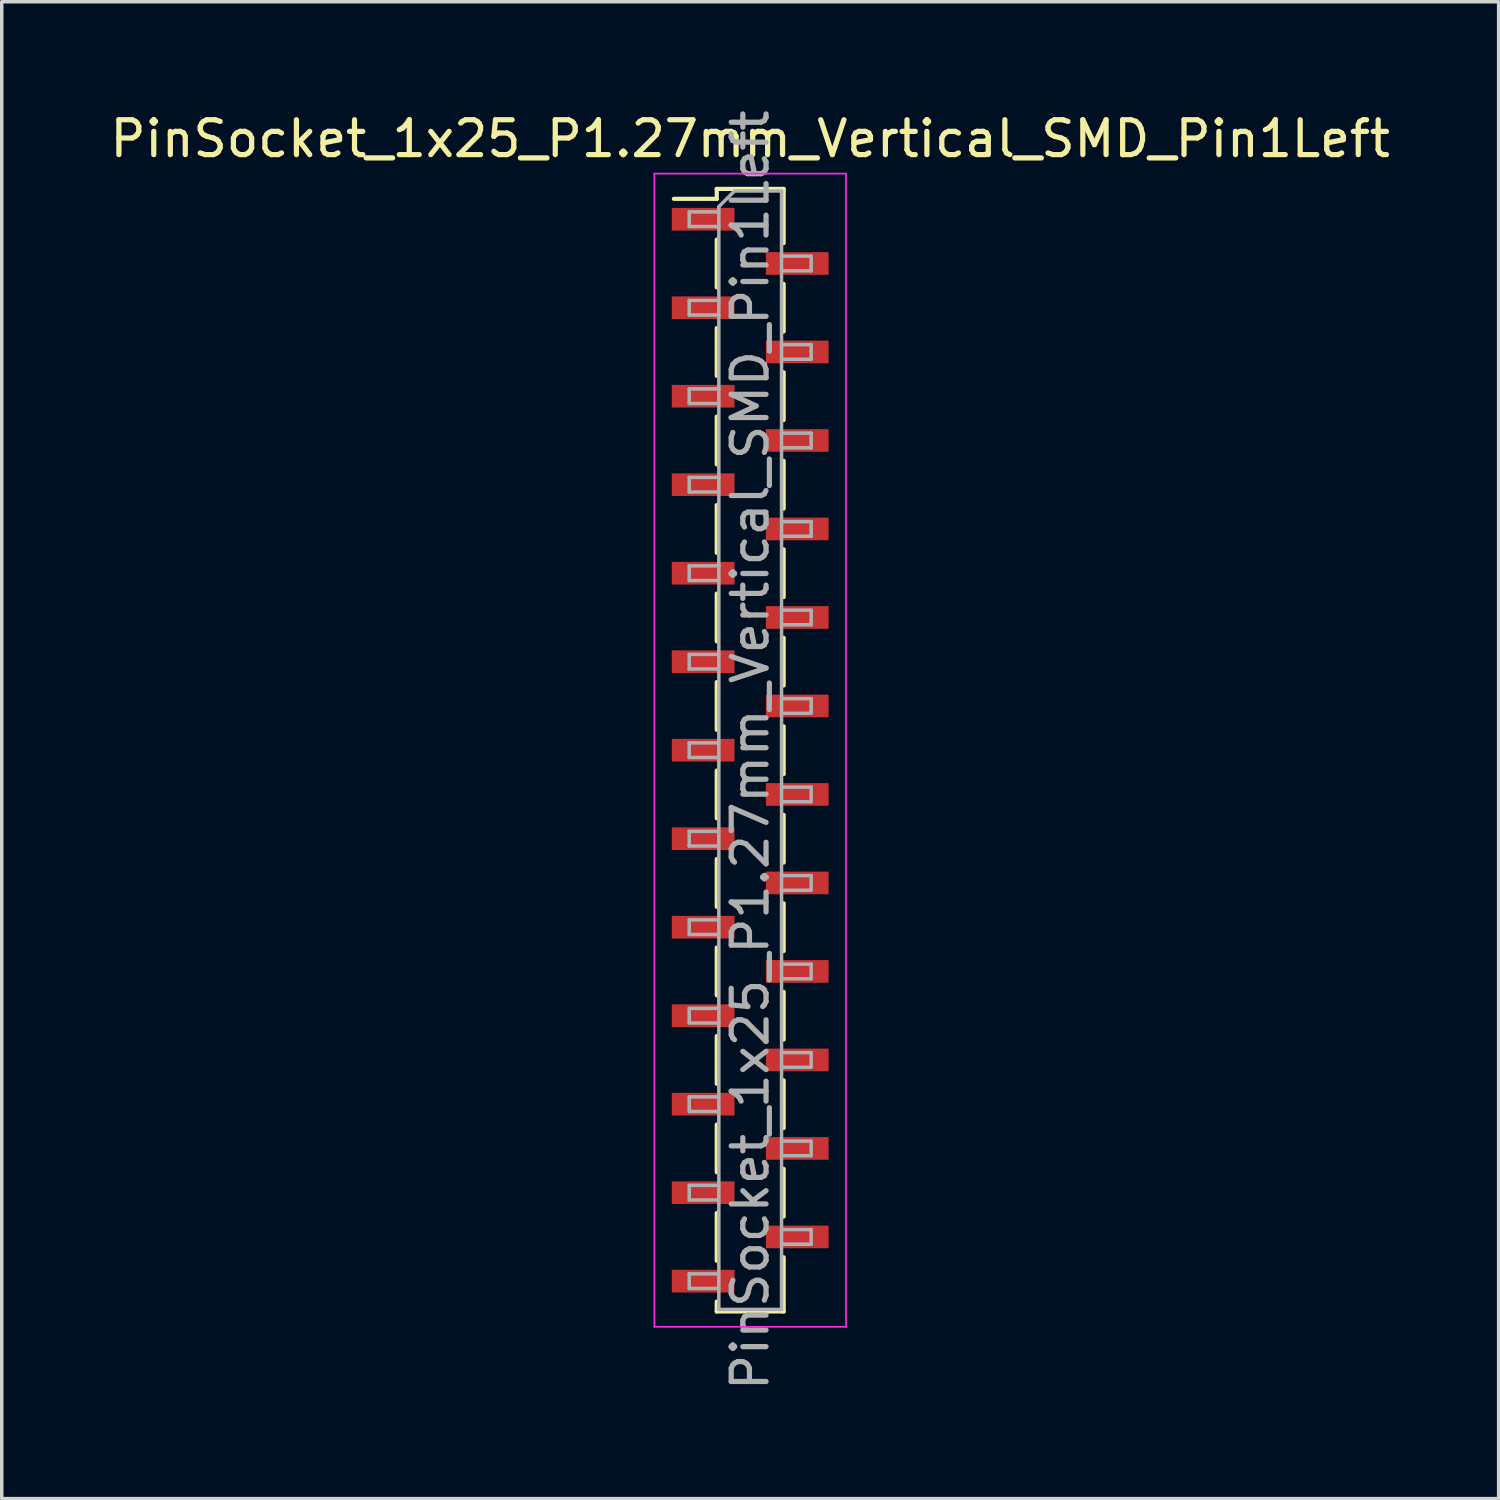
<source format=kicad_pcb>
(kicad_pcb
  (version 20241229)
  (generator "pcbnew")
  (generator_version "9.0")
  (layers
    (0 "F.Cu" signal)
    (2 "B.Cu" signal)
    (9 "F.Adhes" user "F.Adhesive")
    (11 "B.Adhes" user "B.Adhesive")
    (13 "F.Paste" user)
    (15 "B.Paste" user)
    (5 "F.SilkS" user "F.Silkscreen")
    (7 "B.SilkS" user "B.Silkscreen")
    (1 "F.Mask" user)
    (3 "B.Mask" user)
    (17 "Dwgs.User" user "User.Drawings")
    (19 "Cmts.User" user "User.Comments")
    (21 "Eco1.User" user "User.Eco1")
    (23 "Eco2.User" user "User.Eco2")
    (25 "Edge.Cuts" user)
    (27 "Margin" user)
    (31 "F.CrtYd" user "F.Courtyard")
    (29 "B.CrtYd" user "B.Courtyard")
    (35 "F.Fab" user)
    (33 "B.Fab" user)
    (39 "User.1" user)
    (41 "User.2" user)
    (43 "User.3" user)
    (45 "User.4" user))
  (footprint "PinSocket_1x25_P1.27mm_Vertical_SMD_Pin1Left"
    (layer "F.Cu")
    (at 18.482 18.482)
    (property "Reference" "PinSocket_1x25_P1.27mm_Vertical_SMD_Pin1Left" (at 0 -17.55 0) (layer "F.SilkS") (effects (font (size 1 1) (thickness 0.15))))
    (attr smd)
    (fp_line (start -2.19 -15.825) (end -0.96 -15.825) (stroke (width 0.12) (type solid)) (layer "F.SilkS"))
    (fp_line (start -0.96 -16.11) (end -0.96 -15.825) (stroke (width 0.12) (type solid)) (layer "F.SilkS"))
    (fp_line (start -0.96 -16.11) (end 0.96 -16.11) (stroke (width 0.12) (type solid)) (layer "F.SilkS"))
    (fp_line (start -0.96 -14.655) (end -0.96 -13.285) (stroke (width 0.12) (type solid)) (layer "F.SilkS"))
    (fp_line (start -0.96 -12.115) (end -0.96 -10.745) (stroke (width 0.12) (type solid)) (layer "F.SilkS"))
    (fp_line (start -0.96 -9.575) (end -0.96 -8.205) (stroke (width 0.12) (type solid)) (layer "F.SilkS"))
    (fp_line (start -0.96 -7.035) (end -0.96 -5.665) (stroke (width 0.12) (type solid)) (layer "F.SilkS"))
    (fp_line (start -0.96 -4.495) (end -0.96 -3.125) (stroke (width 0.12) (type solid)) (layer "F.SilkS"))
    (fp_line (start -0.96 -1.955) (end -0.96 -0.585) (stroke (width 0.12) (type solid)) (layer "F.SilkS"))
    (fp_line (start -0.96 0.585) (end -0.96 1.955) (stroke (width 0.12) (type solid)) (layer "F.SilkS"))
    (fp_line (start -0.96 3.125) (end -0.96 4.495) (stroke (width 0.12) (type solid)) (layer "F.SilkS"))
    (fp_line (start -0.96 5.665) (end -0.96 7.035) (stroke (width 0.12) (type solid)) (layer "F.SilkS"))
    (fp_line (start -0.96 8.205) (end -0.96 9.575) (stroke (width 0.12) (type solid)) (layer "F.SilkS"))
    (fp_line (start -0.96 10.745) (end -0.96 12.115) (stroke (width 0.12) (type solid)) (layer "F.SilkS"))
    (fp_line (start -0.96 13.285) (end -0.96 14.655) (stroke (width 0.12) (type solid)) (layer "F.SilkS"))
    (fp_line (start -0.96 15.825) (end -0.96 16.11) (stroke (width 0.12) (type solid)) (layer "F.SilkS"))
    (fp_line (start -0.96 16.11) (end 0.96 16.11) (stroke (width 0.12) (type solid)) (layer "F.SilkS"))
    (fp_line (start 0.96 -16.11) (end 0.96 -14.555) (stroke (width 0.12) (type solid)) (layer "F.SilkS"))
    (fp_line (start 0.96 -13.385) (end 0.96 -12.015) (stroke (width 0.12) (type solid)) (layer "F.SilkS"))
    (fp_line (start 0.96 -10.845) (end 0.96 -9.475) (stroke (width 0.12) (type solid)) (layer "F.SilkS"))
    (fp_line (start 0.96 -8.305) (end 0.96 -6.935) (stroke (width 0.12) (type solid)) (layer "F.SilkS"))
    (fp_line (start 0.96 -5.765) (end 0.96 -4.395) (stroke (width 0.12) (type solid)) (layer "F.SilkS"))
    (fp_line (start 0.96 -3.225) (end 0.96 -1.855) (stroke (width 0.12) (type solid)) (layer "F.SilkS"))
    (fp_line (start 0.96 -0.685) (end 0.96 0.685) (stroke (width 0.12) (type solid)) (layer "F.SilkS"))
    (fp_line (start 0.96 1.855) (end 0.96 3.225) (stroke (width 0.12) (type solid)) (layer "F.SilkS"))
    (fp_line (start 0.96 4.395) (end 0.96 5.765) (stroke (width 0.12) (type solid)) (layer "F.SilkS"))
    (fp_line (start 0.96 6.935) (end 0.96 8.305) (stroke (width 0.12) (type solid)) (layer "F.SilkS"))
    (fp_line (start 0.96 9.475) (end 0.96 10.845) (stroke (width 0.12) (type solid)) (layer "F.SilkS"))
    (fp_line (start 0.96 12.015) (end 0.96 13.385) (stroke (width 0.12) (type solid)) (layer "F.SilkS"))
    (fp_line (start 0.96 14.555) (end 0.96 16.11) (stroke (width 0.12) (type solid)) (layer "F.SilkS"))
    (fp_line (start -2.75 -16.55) (end 2.75 -16.55) (stroke (width 0.05) (type solid)) (layer "F.CrtYd"))
    (fp_line (start -2.75 16.55) (end -2.75 -16.55) (stroke (width 0.05) (type solid)) (layer "F.CrtYd"))
    (fp_line (start 2.75 -16.55) (end 2.75 16.55) (stroke (width 0.05) (type solid)) (layer "F.CrtYd"))
    (fp_line (start 2.75 16.55) (end -2.75 16.55) (stroke (width 0.05) (type solid)) (layer "F.CrtYd"))
    (fp_line (start -1.75 -15.45) (end -0.9 -15.45) (stroke (width 0.1) (type solid)) (layer "F.Fab"))
    (fp_line (start -1.75 -15.03) (end -1.75 -15.45) (stroke (width 0.1) (type solid)) (layer "F.Fab"))
    (fp_line (start -1.75 -12.91) (end -0.9 -12.91) (stroke (width 0.1) (type solid)) (layer "F.Fab"))
    (fp_line (start -1.75 -12.49) (end -1.75 -12.91) (stroke (width 0.1) (type solid)) (layer "F.Fab"))
    (fp_line (start -1.75 -10.37) (end -0.9 -10.37) (stroke (width 0.1) (type solid)) (layer "F.Fab"))
    (fp_line (start -1.75 -9.95) (end -1.75 -10.37) (stroke (width 0.1) (type solid)) (layer "F.Fab"))
    (fp_line (start -1.75 -7.83) (end -0.9 -7.83) (stroke (width 0.1) (type solid)) (layer "F.Fab"))
    (fp_line (start -1.75 -7.41) (end -1.75 -7.83) (stroke (width 0.1) (type solid)) (layer "F.Fab"))
    (fp_line (start -1.75 -5.29) (end -0.9 -5.29) (stroke (width 0.1) (type solid)) (layer "F.Fab"))
    (fp_line (start -1.75 -4.87) (end -1.75 -5.29) (stroke (width 0.1) (type solid)) (layer "F.Fab"))
    (fp_line (start -1.75 -2.75) (end -0.9 -2.75) (stroke (width 0.1) (type solid)) (layer "F.Fab"))
    (fp_line (start -1.75 -2.33) (end -1.75 -2.75) (stroke (width 0.1) (type solid)) (layer "F.Fab"))
    (fp_line (start -1.75 -0.21) (end -0.9 -0.21) (stroke (width 0.1) (type solid)) (layer "F.Fab"))
    (fp_line (start -1.75 0.21) (end -1.75 -0.21) (stroke (width 0.1) (type solid)) (layer "F.Fab"))
    (fp_line (start -1.75 2.33) (end -0.9 2.33) (stroke (width 0.1) (type solid)) (layer "F.Fab"))
    (fp_line (start -1.75 2.75) (end -1.75 2.33) (stroke (width 0.1) (type solid)) (layer "F.Fab"))
    (fp_line (start -1.75 4.87) (end -0.9 4.87) (stroke (width 0.1) (type solid)) (layer "F.Fab"))
    (fp_line (start -1.75 5.29) (end -1.75 4.87) (stroke (width 0.1) (type solid)) (layer "F.Fab"))
    (fp_line (start -1.75 7.41) (end -0.9 7.41) (stroke (width 0.1) (type solid)) (layer "F.Fab"))
    (fp_line (start -1.75 7.83) (end -1.75 7.41) (stroke (width 0.1) (type solid)) (layer "F.Fab"))
    (fp_line (start -1.75 9.95) (end -0.9 9.95) (stroke (width 0.1) (type solid)) (layer "F.Fab"))
    (fp_line (start -1.75 10.37) (end -1.75 9.95) (stroke (width 0.1) (type solid)) (layer "F.Fab"))
    (fp_line (start -1.75 12.49) (end -0.9 12.49) (stroke (width 0.1) (type solid)) (layer "F.Fab"))
    (fp_line (start -1.75 12.91) (end -1.75 12.49) (stroke (width 0.1) (type solid)) (layer "F.Fab"))
    (fp_line (start -1.75 15.03) (end -0.9 15.03) (stroke (width 0.1) (type solid)) (layer "F.Fab"))
    (fp_line (start -1.75 15.45) (end -1.75 15.03) (stroke (width 0.1) (type solid)) (layer "F.Fab"))
    (fp_line (start -0.9 -15.6) (end -0.45 -16.05) (stroke (width 0.1) (type solid)) (layer "F.Fab"))
    (fp_line (start -0.9 -15.03) (end -1.75 -15.03) (stroke (width 0.1) (type solid)) (layer "F.Fab"))
    (fp_line (start -0.9 -12.49) (end -1.75 -12.49) (stroke (width 0.1) (type solid)) (layer "F.Fab"))
    (fp_line (start -0.9 -9.95) (end -1.75 -9.95) (stroke (width 0.1) (type solid)) (layer "F.Fab"))
    (fp_line (start -0.9 -7.41) (end -1.75 -7.41) (stroke (width 0.1) (type solid)) (layer "F.Fab"))
    (fp_line (start -0.9 -4.87) (end -1.75 -4.87) (stroke (width 0.1) (type solid)) (layer "F.Fab"))
    (fp_line (start -0.9 -2.33) (end -1.75 -2.33) (stroke (width 0.1) (type solid)) (layer "F.Fab"))
    (fp_line (start -0.9 0.21) (end -1.75 0.21) (stroke (width 0.1) (type solid)) (layer "F.Fab"))
    (fp_line (start -0.9 2.75) (end -1.75 2.75) (stroke (width 0.1) (type solid)) (layer "F.Fab"))
    (fp_line (start -0.9 5.29) (end -1.75 5.29) (stroke (width 0.1) (type solid)) (layer "F.Fab"))
    (fp_line (start -0.9 7.83) (end -1.75 7.83) (stroke (width 0.1) (type solid)) (layer "F.Fab"))
    (fp_line (start -0.9 10.37) (end -1.75 10.37) (stroke (width 0.1) (type solid)) (layer "F.Fab"))
    (fp_line (start -0.9 12.91) (end -1.75 12.91) (stroke (width 0.1) (type solid)) (layer "F.Fab"))
    (fp_line (start -0.9 15.45) (end -1.75 15.45) (stroke (width 0.1) (type solid)) (layer "F.Fab"))
    (fp_line (start -0.9 16.05) (end -0.9 -15.6) (stroke (width 0.1) (type solid)) (layer "F.Fab"))
    (fp_line (start -0.45 -16.05) (end 0.9 -16.05) (stroke (width 0.1) (type solid)) (layer "F.Fab"))
    (fp_line (start 0.9 -16.05) (end 0.9 16.05) (stroke (width 0.1) (type solid)) (layer "F.Fab"))
    (fp_line (start 0.9 -14.18) (end 1.75 -14.18) (stroke (width 0.1) (type solid)) (layer "F.Fab"))
    (fp_line (start 0.9 -11.64) (end 1.75 -11.64) (stroke (width 0.1) (type solid)) (layer "F.Fab"))
    (fp_line (start 0.9 -9.1) (end 1.75 -9.1) (stroke (width 0.1) (type solid)) (layer "F.Fab"))
    (fp_line (start 0.9 -6.56) (end 1.75 -6.56) (stroke (width 0.1) (type solid)) (layer "F.Fab"))
    (fp_line (start 0.9 -4.02) (end 1.75 -4.02) (stroke (width 0.1) (type solid)) (layer "F.Fab"))
    (fp_line (start 0.9 -1.48) (end 1.75 -1.48) (stroke (width 0.1) (type solid)) (layer "F.Fab"))
    (fp_line (start 0.9 1.06) (end 1.75 1.06) (stroke (width 0.1) (type solid)) (layer "F.Fab"))
    (fp_line (start 0.9 3.6) (end 1.75 3.6) (stroke (width 0.1) (type solid)) (layer "F.Fab"))
    (fp_line (start 0.9 6.14) (end 1.75 6.14) (stroke (width 0.1) (type solid)) (layer "F.Fab"))
    (fp_line (start 0.9 8.68) (end 1.75 8.68) (stroke (width 0.1) (type solid)) (layer "F.Fab"))
    (fp_line (start 0.9 11.22) (end 1.75 11.22) (stroke (width 0.1) (type solid)) (layer "F.Fab"))
    (fp_line (start 0.9 13.76) (end 1.75 13.76) (stroke (width 0.1) (type solid)) (layer "F.Fab"))
    (fp_line (start 0.9 16.05) (end -0.9 16.05) (stroke (width 0.1) (type solid)) (layer "F.Fab"))
    (fp_line (start 1.75 -14.18) (end 1.75 -13.76) (stroke (width 0.1) (type solid)) (layer "F.Fab"))
    (fp_line (start 1.75 -13.76) (end 0.9 -13.76) (stroke (width 0.1) (type solid)) (layer "F.Fab"))
    (fp_line (start 1.75 -11.64) (end 1.75 -11.22) (stroke (width 0.1) (type solid)) (layer "F.Fab"))
    (fp_line (start 1.75 -11.22) (end 0.9 -11.22) (stroke (width 0.1) (type solid)) (layer "F.Fab"))
    (fp_line (start 1.75 -9.1) (end 1.75 -8.68) (stroke (width 0.1) (type solid)) (layer "F.Fab"))
    (fp_line (start 1.75 -8.68) (end 0.9 -8.68) (stroke (width 0.1) (type solid)) (layer "F.Fab"))
    (fp_line (start 1.75 -6.56) (end 1.75 -6.14) (stroke (width 0.1) (type solid)) (layer "F.Fab"))
    (fp_line (start 1.75 -6.14) (end 0.9 -6.14) (stroke (width 0.1) (type solid)) (layer "F.Fab"))
    (fp_line (start 1.75 -4.02) (end 1.75 -3.6) (stroke (width 0.1) (type solid)) (layer "F.Fab"))
    (fp_line (start 1.75 -3.6) (end 0.9 -3.6) (stroke (width 0.1) (type solid)) (layer "F.Fab"))
    (fp_line (start 1.75 -1.48) (end 1.75 -1.06) (stroke (width 0.1) (type solid)) (layer "F.Fab"))
    (fp_line (start 1.75 -1.06) (end 0.9 -1.06) (stroke (width 0.1) (type solid)) (layer "F.Fab"))
    (fp_line (start 1.75 1.06) (end 1.75 1.48) (stroke (width 0.1) (type solid)) (layer "F.Fab"))
    (fp_line (start 1.75 1.48) (end 0.9 1.48) (stroke (width 0.1) (type solid)) (layer "F.Fab"))
    (fp_line (start 1.75 3.6) (end 1.75 4.02) (stroke (width 0.1) (type solid)) (layer "F.Fab"))
    (fp_line (start 1.75 4.02) (end 0.9 4.02) (stroke (width 0.1) (type solid)) (layer "F.Fab"))
    (fp_line (start 1.75 6.14) (end 1.75 6.56) (stroke (width 0.1) (type solid)) (layer "F.Fab"))
    (fp_line (start 1.75 6.56) (end 0.9 6.56) (stroke (width 0.1) (type solid)) (layer "F.Fab"))
    (fp_line (start 1.75 8.68) (end 1.75 9.1) (stroke (width 0.1) (type solid)) (layer "F.Fab"))
    (fp_line (start 1.75 9.1) (end 0.9 9.1) (stroke (width 0.1) (type solid)) (layer "F.Fab"))
    (fp_line (start 1.75 11.22) (end 1.75 11.64) (stroke (width 0.1) (type solid)) (layer "F.Fab"))
    (fp_line (start 1.75 11.64) (end 0.9 11.64) (stroke (width 0.1) (type solid)) (layer "F.Fab"))
    (fp_line (start 1.75 13.76) (end 1.75 14.18) (stroke (width 0.1) (type solid)) (layer "F.Fab"))
    (fp_line (start 1.75 14.18) (end 0.9 14.18) (stroke (width 0.1) (type solid)) (layer "F.Fab"))
    (fp_text user "${REFERENCE}" (at 0 0 90) (layer "F.Fab") (effects (font (size 1 1) (thickness 0.15))))
    (pad "1" smd rect (at -1.35 -15.24) (size 1.8 0.65) (layers "F.Cu" "F.Mask" "F.Paste"))
    (pad "2" smd rect (at 1.35 -13.97) (size 1.8 0.65) (layers "F.Cu" "F.Mask" "F.Paste"))
    (pad "3" smd rect (at -1.35 -12.7) (size 1.8 0.65) (layers "F.Cu" "F.Mask" "F.Paste"))
    (pad "4" smd rect (at 1.35 -11.43) (size 1.8 0.65) (layers "F.Cu" "F.Mask" "F.Paste"))
    (pad "5" smd rect (at -1.35 -10.16) (size 1.8 0.65) (layers "F.Cu" "F.Mask" "F.Paste"))
    (pad "6" smd rect (at 1.35 -8.89) (size 1.8 0.65) (layers "F.Cu" "F.Mask" "F.Paste"))
    (pad "7" smd rect (at -1.35 -7.62) (size 1.8 0.65) (layers "F.Cu" "F.Mask" "F.Paste"))
    (pad "8" smd rect (at 1.35 -6.35) (size 1.8 0.65) (layers "F.Cu" "F.Mask" "F.Paste"))
    (pad "9" smd rect (at -1.35 -5.08) (size 1.8 0.65) (layers "F.Cu" "F.Mask" "F.Paste"))
    (pad "10" smd rect (at 1.35 -3.81) (size 1.8 0.65) (layers "F.Cu" "F.Mask" "F.Paste"))
    (pad "11" smd rect (at -1.35 -2.54) (size 1.8 0.65) (layers "F.Cu" "F.Mask" "F.Paste"))
    (pad "12" smd rect (at 1.35 -1.27) (size 1.8 0.65) (layers "F.Cu" "F.Mask" "F.Paste"))
    (pad "13" smd rect (at -1.35 0) (size 1.8 0.65) (layers "F.Cu" "F.Mask" "F.Paste"))
    (pad "14" smd rect (at 1.35 1.27) (size 1.8 0.65) (layers "F.Cu" "F.Mask" "F.Paste"))
    (pad "15" smd rect (at -1.35 2.54) (size 1.8 0.65) (layers "F.Cu" "F.Mask" "F.Paste"))
    (pad "16" smd rect (at 1.35 3.81) (size 1.8 0.65) (layers "F.Cu" "F.Mask" "F.Paste"))
    (pad "17" smd rect (at -1.35 5.08) (size 1.8 0.65) (layers "F.Cu" "F.Mask" "F.Paste"))
    (pad "18" smd rect (at 1.35 6.35) (size 1.8 0.65) (layers "F.Cu" "F.Mask" "F.Paste"))
    (pad "19" smd rect (at -1.35 7.62) (size 1.8 0.65) (layers "F.Cu" "F.Mask" "F.Paste"))
    (pad "20" smd rect (at 1.35 8.89) (size 1.8 0.65) (layers "F.Cu" "F.Mask" "F.Paste"))
    (pad "21" smd rect (at -1.35 10.16) (size 1.8 0.65) (layers "F.Cu" "F.Mask" "F.Paste"))
    (pad "22" smd rect (at 1.35 11.43) (size 1.8 0.65) (layers "F.Cu" "F.Mask" "F.Paste"))
    (pad "23" smd rect (at -1.35 12.7) (size 1.8 0.65) (layers "F.Cu" "F.Mask" "F.Paste"))
    (pad "24" smd rect (at 1.35 13.97) (size 1.8 0.65) (layers "F.Cu" "F.Mask" "F.Paste"))
    (pad "25" smd rect (at -1.35 15.24) (size 1.8 0.65) (layers "F.Cu" "F.Mask" "F.Paste")))
  (gr_rect
    (start -3 -3)
    (end 39.964 39.964)
    (stroke (width 0.1) (type default))
    (fill no)
    (layer "Edge.Cuts")))
</source>
